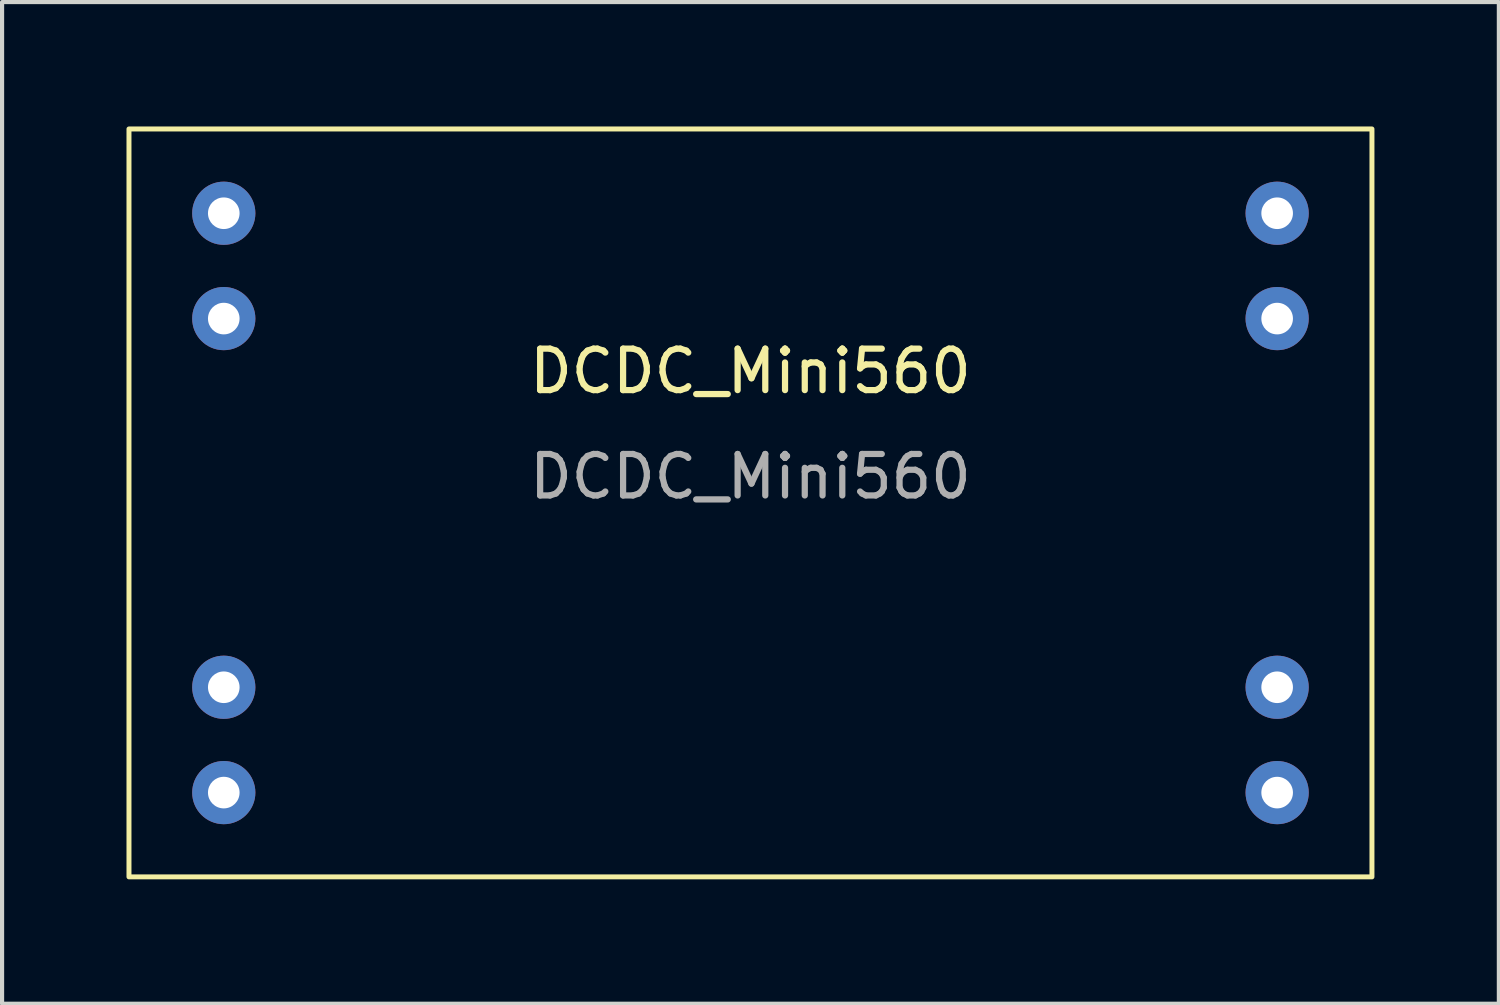
<source format=kicad_pcb>
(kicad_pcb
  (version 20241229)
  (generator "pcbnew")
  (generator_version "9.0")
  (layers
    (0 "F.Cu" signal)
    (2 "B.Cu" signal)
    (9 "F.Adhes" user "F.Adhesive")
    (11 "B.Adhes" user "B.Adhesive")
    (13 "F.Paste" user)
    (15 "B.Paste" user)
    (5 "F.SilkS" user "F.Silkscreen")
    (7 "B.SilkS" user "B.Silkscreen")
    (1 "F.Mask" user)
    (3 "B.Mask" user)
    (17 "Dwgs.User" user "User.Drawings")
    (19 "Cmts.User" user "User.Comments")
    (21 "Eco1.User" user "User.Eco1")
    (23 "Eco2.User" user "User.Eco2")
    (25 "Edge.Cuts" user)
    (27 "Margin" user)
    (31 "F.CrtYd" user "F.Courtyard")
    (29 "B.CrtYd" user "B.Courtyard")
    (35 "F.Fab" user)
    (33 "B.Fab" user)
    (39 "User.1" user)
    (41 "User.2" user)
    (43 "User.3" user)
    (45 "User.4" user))
  (footprint "DCDC_Mini560"
    (layer "F.Cu")
    (at 2.346 2.092)
    (property "Reference" "DCDC_Mini560" (at 12.7 3.81 0) (unlocked yes) (layer "F.SilkS") (effects (font (size 1 1) (thickness 0.15))))
    (fp_rect (start -2.286 -2.032) (end 27.686 16.002) (stroke (width 0.12) (type default)) (fill no) (layer "F.SilkS"))
    (fp_text user "${REFERENCE}" (at 12.7 6.35 0) (unlocked yes) (layer "F.Fab") (effects (font (size 1 1) (thickness 0.15))))
    (pad "1" thru_hole circle (at 0 0) (size 1.524 1.524) (drill 0.762) (layers "*.Cu" "*.Mask"))
    (pad "1" thru_hole circle (at 0 2.54) (size 1.524 1.524) (drill 0.762) (layers "*.Cu" "*.Mask"))
    (pad "2" thru_hole circle (at 0 11.43) (size 1.524 1.524) (drill 0.762) (layers "*.Cu" "*.Mask"))
    (pad "2" thru_hole circle (at 0 13.97) (size 1.524 1.524) (drill 0.762) (layers "*.Cu" "*.Mask"))
    (pad "3" thru_hole circle (at 25.4 0) (size 1.524 1.524) (drill 0.762) (layers "*.Cu" "*.Mask"))
    (pad "3" thru_hole circle (at 25.4 2.54) (size 1.524 1.524) (drill 0.762) (layers "*.Cu" "*.Mask"))
    (pad "4" thru_hole circle (at 25.4 11.43) (size 1.524 1.524) (drill 0.762) (layers "*.Cu" "*.Mask"))
    (pad "4" thru_hole circle (at 25.4 13.97) (size 1.524 1.524) (drill 0.762) (layers "*.Cu" "*.Mask")))
  (gr_rect
    (start -3 -3)
    (end 33.092 21.154)
    (stroke (width 0.1) (type default))
    (fill no)
    (layer "Edge.Cuts")))
</source>
